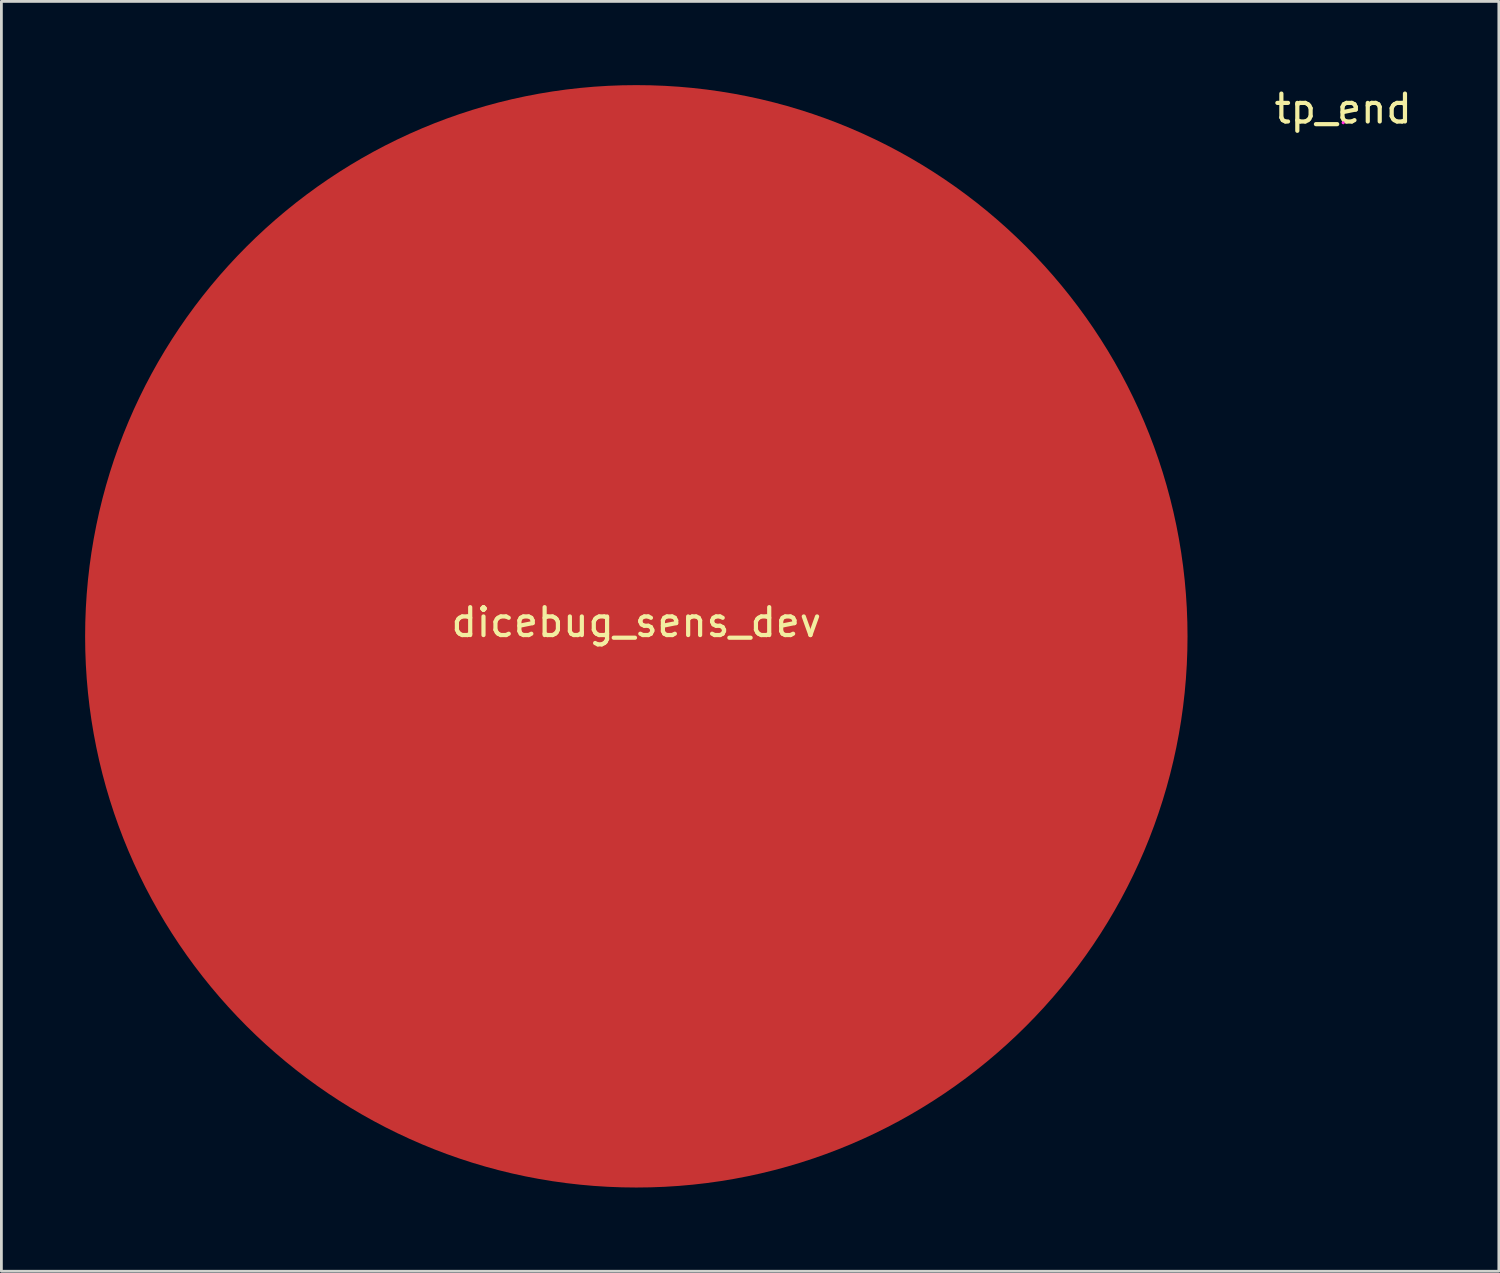
<source format=kicad_pcb>
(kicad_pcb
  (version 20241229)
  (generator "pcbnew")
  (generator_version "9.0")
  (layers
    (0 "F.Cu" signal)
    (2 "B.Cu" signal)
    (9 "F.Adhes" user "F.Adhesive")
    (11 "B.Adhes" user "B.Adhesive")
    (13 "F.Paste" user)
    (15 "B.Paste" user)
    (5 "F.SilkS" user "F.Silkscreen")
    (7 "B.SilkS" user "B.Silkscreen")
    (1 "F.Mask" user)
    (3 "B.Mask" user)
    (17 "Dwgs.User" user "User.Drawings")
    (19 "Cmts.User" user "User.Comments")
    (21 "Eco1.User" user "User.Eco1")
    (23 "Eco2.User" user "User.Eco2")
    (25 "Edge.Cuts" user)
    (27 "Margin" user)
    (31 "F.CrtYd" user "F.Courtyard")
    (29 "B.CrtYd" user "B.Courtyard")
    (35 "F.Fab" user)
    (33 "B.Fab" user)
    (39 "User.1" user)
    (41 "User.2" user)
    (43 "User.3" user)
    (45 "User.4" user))
  (footprint "tp_end"
    (layer "F.Cu")
    (at 45.077 1.348)
    (property "Reference" "tp_end" (at 0 -0.5 0) (unlocked yes) (layer "F.SilkS") (effects (font (size 1 1) (thickness 0.15))))
    (attr smd)
    (fp_circle (center 0 0) (end 0.03 0.01) (stroke (width 0.05) (type default)) (fill no) (layer "F.CrtYd"))
    (pad "1" smd circle (at 0 0) (size 0.1 0.1) (layers "F.Cu" "F.Mask")))
  (footprint "dicebug_sens_dev"
    (layer "F.Cu")
    (at 19.75 19.75)
    (property "Reference" "dicebug_sens_dev" (at 0 -0.5 0) (unlocked yes) (layer "F.SilkS") (effects (font (size 1 1) (thickness 0.15))))
    (attr smd)
    (pad "1" smd circle (at 0 0) (size 39.5 39.5) (layers "F.Cu" "F.Mask" "F.Paste")))
  (gr_rect
    (start -3 -3)
    (end 50.655 42.5)
    (stroke (width 0.1) (type default))
    (fill no)
    (layer "Edge.Cuts")))
</source>
